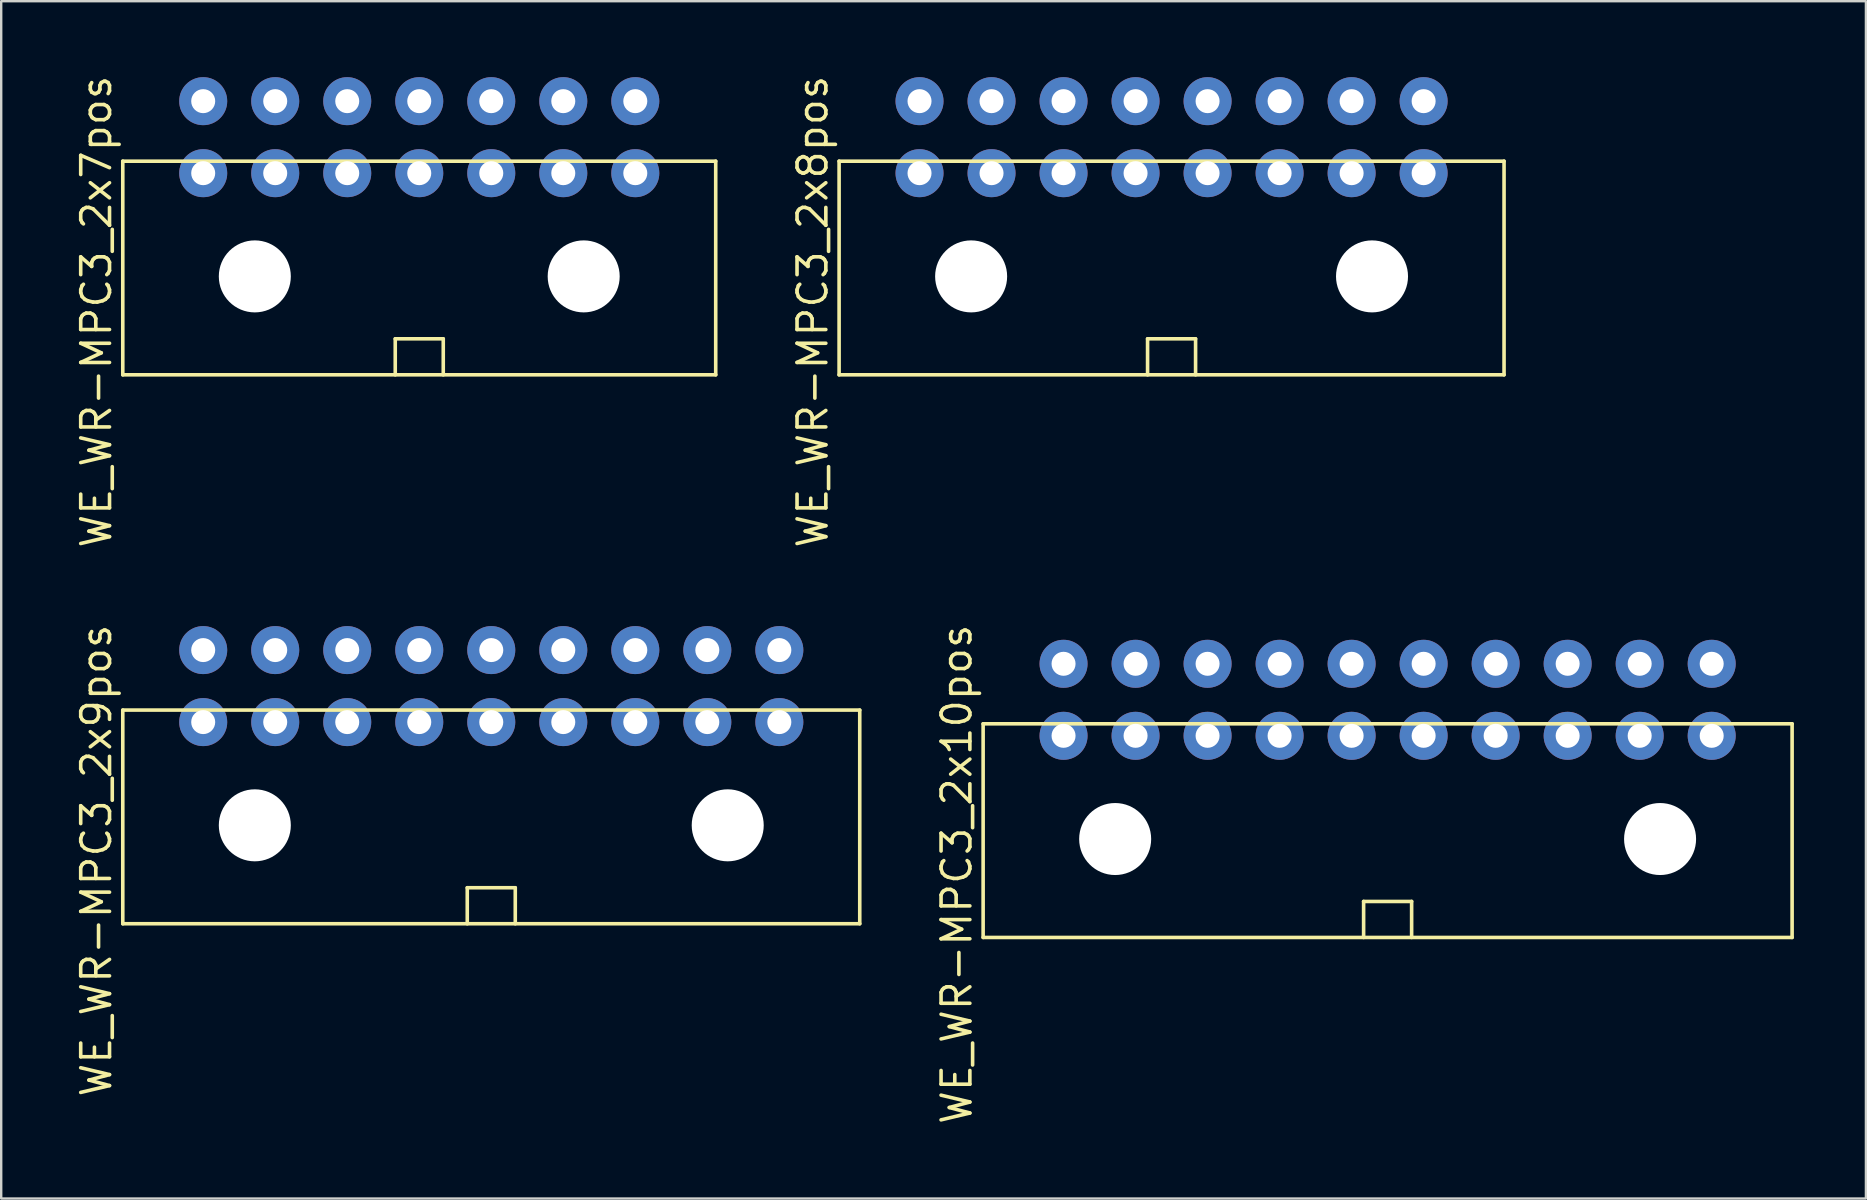
<source format=kicad_pcb>
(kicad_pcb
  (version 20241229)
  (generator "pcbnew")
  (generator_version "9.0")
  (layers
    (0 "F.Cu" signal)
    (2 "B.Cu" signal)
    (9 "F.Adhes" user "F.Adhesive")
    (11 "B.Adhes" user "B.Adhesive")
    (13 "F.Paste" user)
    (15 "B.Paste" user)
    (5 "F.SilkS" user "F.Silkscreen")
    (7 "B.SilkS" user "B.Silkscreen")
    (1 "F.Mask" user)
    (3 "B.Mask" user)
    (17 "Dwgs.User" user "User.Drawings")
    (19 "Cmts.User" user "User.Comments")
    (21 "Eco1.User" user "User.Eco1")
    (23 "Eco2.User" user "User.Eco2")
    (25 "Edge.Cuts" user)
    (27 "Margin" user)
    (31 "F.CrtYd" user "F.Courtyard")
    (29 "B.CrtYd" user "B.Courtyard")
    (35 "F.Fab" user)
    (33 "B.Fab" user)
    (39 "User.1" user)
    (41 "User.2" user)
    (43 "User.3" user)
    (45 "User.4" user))
  (footprint "WE_WR-MPC3_2x7pos"
    (layer "F.Cu")
    (at 14.415 2.664)
    (property "Reference" "WE_WR-MPC3_2x7pos" (at -13.45 7.27 270) (layer "F.SilkS") (effects (font (size 1.2 1.2) (thickness 0.15))))
    (attr through_hole)
    (fp_line (start -12.35 1) (end -12.35 9.9) (stroke (width 0.15) (type solid)) (layer "F.SilkS"))
    (fp_line (start -12.35 1) (end 12.35 1) (stroke (width 0.15) (type solid)) (layer "F.SilkS"))
    (fp_line (start -1 8.4) (end 1 8.4) (stroke (width 0.15) (type solid)) (layer "F.SilkS"))
    (fp_line (start -1 9.9) (end -1 8.4) (stroke (width 0.15) (type solid)) (layer "F.SilkS"))
    (fp_line (start 1 8.4) (end 1 9.9) (stroke (width 0.15) (type solid)) (layer "F.SilkS"))
    (fp_line (start 12.35 1) (end 12.35 9.9) (stroke (width 0.15) (type solid)) (layer "F.SilkS"))
    (fp_line (start 12.35 9.9) (end -12.35 9.9) (stroke (width 0.15) (type solid)) (layer "F.SilkS"))
    (pad "" np_thru_hole circle (at -6.85 5.8) (size 3 3) (drill 3) (layers "*.Cu" "*.Mask"))
    (pad "" np_thru_hole circle (at 6.85 5.8) (size 3 3) (drill 3) (layers "*.Cu" "*.Mask"))
    (pad "1" thru_hole circle (at -9 1.5) (size 2 2) (drill 1) (layers "*.Cu" "*.Mask"))
    (pad "2" thru_hole circle (at -9 -1.5) (size 2 2) (drill 1) (layers "*.Cu" "*.Mask"))
    (pad "3" thru_hole circle (at -6 1.5) (size 2 2) (drill 1) (layers "*.Cu" "*.Mask"))
    (pad "4" thru_hole circle (at -6 -1.5) (size 2 2) (drill 1) (layers "*.Cu" "*.Mask"))
    (pad "5" thru_hole circle (at -3 1.5) (size 2 2) (drill 1) (layers "*.Cu" "*.Mask"))
    (pad "6" thru_hole circle (at -3 -1.5) (size 2 2) (drill 1) (layers "*.Cu" "*.Mask"))
    (pad "7" thru_hole circle (at 0 1.5) (size 2 2) (drill 1) (layers "*.Cu" "*.Mask"))
    (pad "8" thru_hole circle (at 0 -1.5) (size 2 2) (drill 1) (layers "*.Cu" "*.Mask"))
    (pad "9" thru_hole circle (at 3 1.5) (size 2 2) (drill 1) (layers "*.Cu" "*.Mask"))
    (pad "10" thru_hole circle (at 3 -1.5) (size 2 2) (drill 1) (layers "*.Cu" "*.Mask"))
    (pad "11" thru_hole circle (at 6 1.5) (size 2 2) (drill 1) (layers "*.Cu" "*.Mask"))
    (pad "12" thru_hole circle (at 6 -1.5) (size 2 2) (drill 1) (layers "*.Cu" "*.Mask"))
    (pad "13" thru_hole circle (at 9 1.5) (size 2 2) (drill 1) (layers "*.Cu" "*.Mask"))
    (pad "14" thru_hole circle (at 9 -1.5) (size 2 2) (drill 1) (layers "*.Cu" "*.Mask")))
  (footprint "WE_WR-MPC3_2x8pos"
    (layer "F.Cu")
    (at 45.755 2.664)
    (property "Reference" "WE_WR-MPC3_2x8pos" (at -14.95 7.27 270) (layer "F.SilkS") (effects (font (size 1.2 1.2) (thickness 0.15))))
    (attr through_hole)
    (fp_line (start -13.85 1) (end -13.85 9.9) (stroke (width 0.15) (type solid)) (layer "F.SilkS"))
    (fp_line (start -13.85 1) (end 13.85 1) (stroke (width 0.15) (type solid)) (layer "F.SilkS"))
    (fp_line (start -1 8.4) (end 1 8.4) (stroke (width 0.15) (type solid)) (layer "F.SilkS"))
    (fp_line (start -1 9.9) (end -1 8.4) (stroke (width 0.15) (type solid)) (layer "F.SilkS"))
    (fp_line (start 1 8.4) (end 1 9.9) (stroke (width 0.15) (type solid)) (layer "F.SilkS"))
    (fp_line (start 13.85 1) (end 13.85 9.9) (stroke (width 0.15) (type solid)) (layer "F.SilkS"))
    (fp_line (start 13.85 9.9) (end -13.85 9.9) (stroke (width 0.15) (type solid)) (layer "F.SilkS"))
    (pad "" np_thru_hole circle (at -8.35 5.8) (size 3 3) (drill 3) (layers "*.Cu" "*.Mask"))
    (pad "" np_thru_hole circle (at 8.35 5.8) (size 3 3) (drill 3) (layers "*.Cu" "*.Mask"))
    (pad "1" thru_hole circle (at -10.5 1.5) (size 2 2) (drill 1) (layers "*.Cu" "*.Mask"))
    (pad "2" thru_hole circle (at -10.5 -1.5) (size 2 2) (drill 1) (layers "*.Cu" "*.Mask"))
    (pad "3" thru_hole circle (at -7.5 1.5) (size 2 2) (drill 1) (layers "*.Cu" "*.Mask"))
    (pad "4" thru_hole circle (at -7.5 -1.5) (size 2 2) (drill 1) (layers "*.Cu" "*.Mask"))
    (pad "5" thru_hole circle (at -4.5 1.5) (size 2 2) (drill 1) (layers "*.Cu" "*.Mask"))
    (pad "6" thru_hole circle (at -4.5 -1.5) (size 2 2) (drill 1) (layers "*.Cu" "*.Mask"))
    (pad "7" thru_hole circle (at -1.5 1.5) (size 2 2) (drill 1) (layers "*.Cu" "*.Mask"))
    (pad "8" thru_hole circle (at -1.5 -1.5) (size 2 2) (drill 1) (layers "*.Cu" "*.Mask"))
    (pad "9" thru_hole circle (at 1.5 1.5) (size 2 2) (drill 1) (layers "*.Cu" "*.Mask"))
    (pad "10" thru_hole circle (at 1.5 -1.5) (size 2 2) (drill 1) (layers "*.Cu" "*.Mask"))
    (pad "11" thru_hole circle (at 4.5 1.5) (size 2 2) (drill 1) (layers "*.Cu" "*.Mask"))
    (pad "12" thru_hole circle (at 4.5 -1.5) (size 2 2) (drill 1) (layers "*.Cu" "*.Mask"))
    (pad "13" thru_hole circle (at 7.5 1.5) (size 2 2) (drill 1) (layers "*.Cu" "*.Mask"))
    (pad "14" thru_hole circle (at 7.5 -1.5) (size 2 2) (drill 1) (layers "*.Cu" "*.Mask"))
    (pad "15" thru_hole circle (at 10.5 1.5) (size 2 2) (drill 1) (layers "*.Cu" "*.Mask"))
    (pad "16" thru_hole circle (at 10.5 -1.5) (size 2 2) (drill 1) (layers "*.Cu" "*.Mask")))
  (footprint "WE_WR-MPC3_2x9pos"
    (layer "F.Cu")
    (at 17.415 25.531)
    (property "Reference" "WE_WR-MPC3_2x9pos" (at -16.45 7.27 270) (layer "F.SilkS") (effects (font (size 1.2 1.2) (thickness 0.15))))
    (attr through_hole)
    (fp_line (start -15.35 1) (end -15.35 9.9) (stroke (width 0.15) (type solid)) (layer "F.SilkS"))
    (fp_line (start -15.35 1) (end 15.35 1) (stroke (width 0.15) (type solid)) (layer "F.SilkS"))
    (fp_line (start -1 8.4) (end 1 8.4) (stroke (width 0.15) (type solid)) (layer "F.SilkS"))
    (fp_line (start -1 9.9) (end -1 8.4) (stroke (width 0.15) (type solid)) (layer "F.SilkS"))
    (fp_line (start 1 8.4) (end 1 9.9) (stroke (width 0.15) (type solid)) (layer "F.SilkS"))
    (fp_line (start 15.35 1) (end 15.35 9.9) (stroke (width 0.15) (type solid)) (layer "F.SilkS"))
    (fp_line (start 15.35 9.9) (end -15.35 9.9) (stroke (width 0.15) (type solid)) (layer "F.SilkS"))
    (pad "" np_thru_hole circle (at -9.85 5.8) (size 3 3) (drill 3) (layers "*.Cu" "*.Mask"))
    (pad "" np_thru_hole circle (at 9.85 5.8) (size 3 3) (drill 3) (layers "*.Cu" "*.Mask"))
    (pad "1" thru_hole circle (at -12 1.5) (size 2 2) (drill 1) (layers "*.Cu" "*.Mask"))
    (pad "2" thru_hole circle (at -12 -1.5) (size 2 2) (drill 1) (layers "*.Cu" "*.Mask"))
    (pad "3" thru_hole circle (at -9 1.5) (size 2 2) (drill 1) (layers "*.Cu" "*.Mask"))
    (pad "4" thru_hole circle (at -9 -1.5) (size 2 2) (drill 1) (layers "*.Cu" "*.Mask"))
    (pad "5" thru_hole circle (at -6 1.5) (size 2 2) (drill 1) (layers "*.Cu" "*.Mask"))
    (pad "6" thru_hole circle (at -6 -1.5) (size 2 2) (drill 1) (layers "*.Cu" "*.Mask"))
    (pad "7" thru_hole circle (at -3 1.5) (size 2 2) (drill 1) (layers "*.Cu" "*.Mask"))
    (pad "8" thru_hole circle (at -3 -1.5) (size 2 2) (drill 1) (layers "*.Cu" "*.Mask"))
    (pad "9" thru_hole circle (at 0 1.5) (size 2 2) (drill 1) (layers "*.Cu" "*.Mask"))
    (pad "10" thru_hole circle (at 0 -1.5) (size 2 2) (drill 1) (layers "*.Cu" "*.Mask"))
    (pad "11" thru_hole circle (at 3 1.5) (size 2 2) (drill 1) (layers "*.Cu" "*.Mask"))
    (pad "12" thru_hole circle (at 3 -1.5) (size 2 2) (drill 1) (layers "*.Cu" "*.Mask"))
    (pad "13" thru_hole circle (at 6 1.5) (size 2 2) (drill 1) (layers "*.Cu" "*.Mask"))
    (pad "14" thru_hole circle (at 6 -1.5) (size 2 2) (drill 1) (layers "*.Cu" "*.Mask"))
    (pad "15" thru_hole circle (at 9 1.5) (size 2 2) (drill 1) (layers "*.Cu" "*.Mask"))
    (pad "16" thru_hole circle (at 9 -1.5) (size 2 2) (drill 1) (layers "*.Cu" "*.Mask"))
    (pad "17" thru_hole circle (at 12 1.5) (size 2 2) (drill 1) (layers "*.Cu" "*.Mask"))
    (pad "18" thru_hole circle (at 12 -1.5) (size 2 2) (drill 1) (layers "*.Cu" "*.Mask")))
  (footprint "WE_WR-MPC3_2x10pos"
    (layer "F.Cu")
    (at 54.755 26.102)
    (property "Reference" "WE_WR-MPC3_2x10pos" (at -17.95 7.27 270) (layer "F.SilkS") (effects (font (size 1.2 1.2) (thickness 0.15))))
    (attr through_hole)
    (fp_line (start -16.85 1) (end -16.85 9.9) (stroke (width 0.15) (type solid)) (layer "F.SilkS"))
    (fp_line (start -16.85 1) (end 16.85 1) (stroke (width 0.15) (type solid)) (layer "F.SilkS"))
    (fp_line (start -1 8.4) (end 1 8.4) (stroke (width 0.15) (type solid)) (layer "F.SilkS"))
    (fp_line (start -1 9.9) (end -1 8.4) (stroke (width 0.15) (type solid)) (layer "F.SilkS"))
    (fp_line (start 1 8.4) (end 1 9.9) (stroke (width 0.15) (type solid)) (layer "F.SilkS"))
    (fp_line (start 16.85 1) (end 16.85 9.9) (stroke (width 0.15) (type solid)) (layer "F.SilkS"))
    (fp_line (start 16.85 9.9) (end -16.85 9.9) (stroke (width 0.15) (type solid)) (layer "F.SilkS"))
    (pad "" np_thru_hole circle (at -11.35 5.8) (size 3 3) (drill 3) (layers "*.Cu" "*.Mask"))
    (pad "" np_thru_hole circle (at 11.35 5.8) (size 3 3) (drill 3) (layers "*.Cu" "*.Mask"))
    (pad "1" thru_hole circle (at -13.5 1.5) (size 2 2) (drill 1) (layers "*.Cu" "*.Mask"))
    (pad "2" thru_hole circle (at -13.5 -1.5) (size 2 2) (drill 1) (layers "*.Cu" "*.Mask"))
    (pad "3" thru_hole circle (at -10.5 1.5) (size 2 2) (drill 1) (layers "*.Cu" "*.Mask"))
    (pad "4" thru_hole circle (at -10.5 -1.5) (size 2 2) (drill 1) (layers "*.Cu" "*.Mask"))
    (pad "5" thru_hole circle (at -7.5 1.5) (size 2 2) (drill 1) (layers "*.Cu" "*.Mask"))
    (pad "6" thru_hole circle (at -7.5 -1.5) (size 2 2) (drill 1) (layers "*.Cu" "*.Mask"))
    (pad "7" thru_hole circle (at -4.5 1.5) (size 2 2) (drill 1) (layers "*.Cu" "*.Mask"))
    (pad "8" thru_hole circle (at -4.5 -1.5) (size 2 2) (drill 1) (layers "*.Cu" "*.Mask"))
    (pad "9" thru_hole circle (at -1.5 1.5) (size 2 2) (drill 1) (layers "*.Cu" "*.Mask"))
    (pad "10" thru_hole circle (at -1.5 -1.5) (size 2 2) (drill 1) (layers "*.Cu" "*.Mask"))
    (pad "11" thru_hole circle (at 1.5 1.5) (size 2 2) (drill 1) (layers "*.Cu" "*.Mask"))
    (pad "12" thru_hole circle (at 1.5 -1.5) (size 2 2) (drill 1) (layers "*.Cu" "*.Mask"))
    (pad "13" thru_hole circle (at 4.5 1.5) (size 2 2) (drill 1) (layers "*.Cu" "*.Mask"))
    (pad "14" thru_hole circle (at 4.5 -1.5) (size 2 2) (drill 1) (layers "*.Cu" "*.Mask"))
    (pad "15" thru_hole circle (at 7.5 1.5) (size 2 2) (drill 1) (layers "*.Cu" "*.Mask"))
    (pad "16" thru_hole circle (at 7.5 -1.5) (size 2 2) (drill 1) (layers "*.Cu" "*.Mask"))
    (pad "17" thru_hole circle (at 10.5 1.5) (size 2 2) (drill 1) (layers "*.Cu" "*.Mask"))
    (pad "18" thru_hole circle (at 10.5 -1.5) (size 2 2) (drill 1) (layers "*.Cu" "*.Mask"))
    (pad "19" thru_hole circle (at 13.5 1.5) (size 2 2) (drill 1) (layers "*.Cu" "*.Mask"))
    (pad "20" thru_hole circle (at 13.5 -1.5) (size 2 2) (drill 1) (layers "*.Cu" "*.Mask")))
  (gr_rect
    (start -3 -3)
    (end 74.68 46.877)
    (stroke (width 0.1) (type default))
    (fill no)
    (layer "Edge.Cuts")))
</source>
